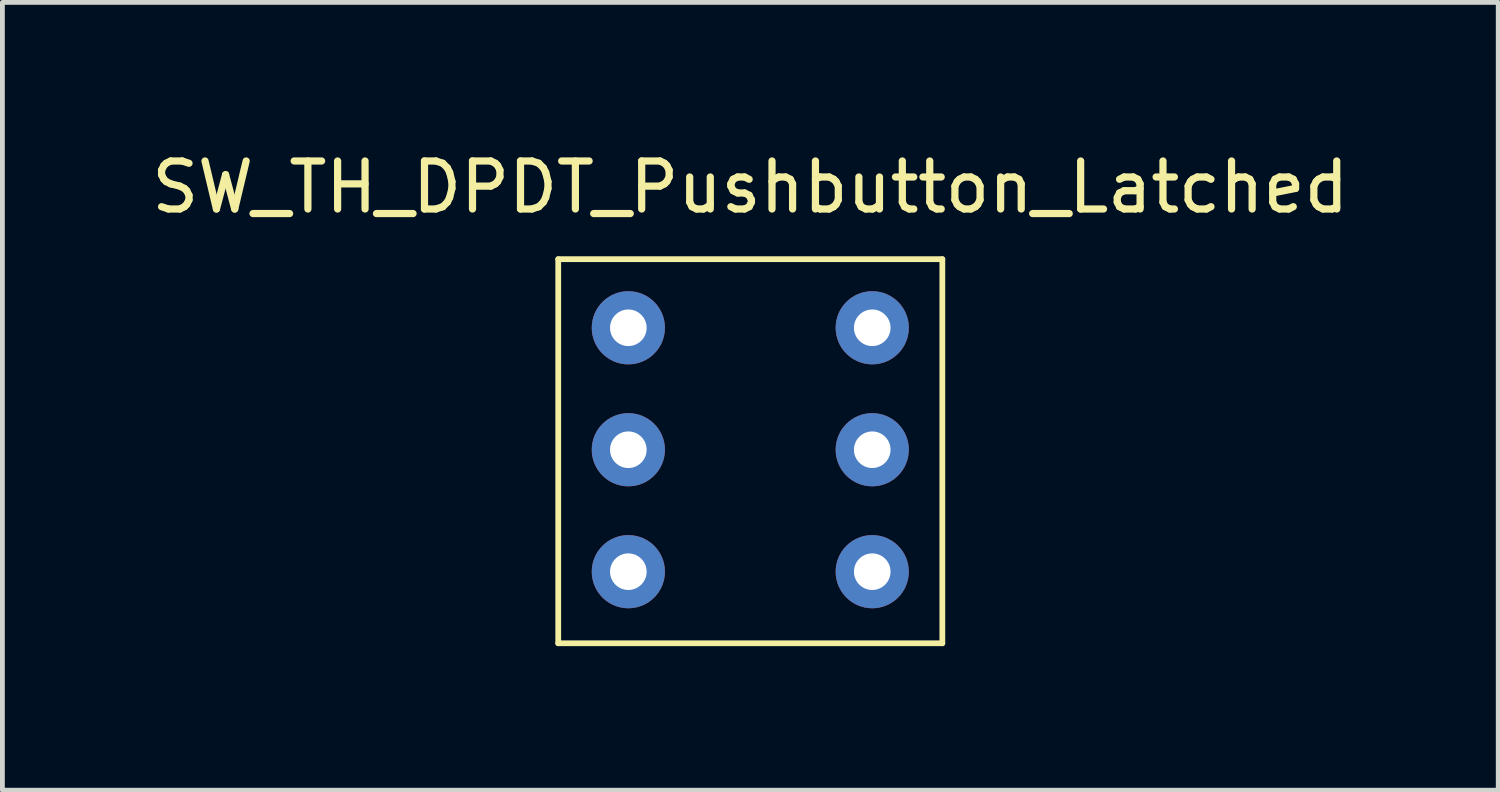
<source format=kicad_pcb>
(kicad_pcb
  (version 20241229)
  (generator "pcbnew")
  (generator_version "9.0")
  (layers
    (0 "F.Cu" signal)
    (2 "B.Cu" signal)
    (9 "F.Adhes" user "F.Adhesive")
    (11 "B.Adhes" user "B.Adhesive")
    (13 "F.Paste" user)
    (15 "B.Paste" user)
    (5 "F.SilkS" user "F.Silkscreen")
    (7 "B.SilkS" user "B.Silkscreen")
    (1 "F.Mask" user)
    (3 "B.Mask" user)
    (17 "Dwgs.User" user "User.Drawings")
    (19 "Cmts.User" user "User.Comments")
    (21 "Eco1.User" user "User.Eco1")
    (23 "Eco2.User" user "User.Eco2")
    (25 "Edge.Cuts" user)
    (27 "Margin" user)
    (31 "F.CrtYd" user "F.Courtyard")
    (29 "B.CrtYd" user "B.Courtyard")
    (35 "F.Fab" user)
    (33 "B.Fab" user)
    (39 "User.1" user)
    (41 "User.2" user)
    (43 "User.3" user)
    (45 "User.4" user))
  (footprint "SW_TH_DPDT_Pushbutton_Latched"
    (layer "F.Cu")
    (at 12.577 0.348)
    (property "Reference" "SW_TH_DPDT_Pushbutton_Latched" (at 0 0.5 0) (layer "F.SilkS") (effects (font (size 1 1) (thickness 0.15))))
    (attr through_hole)
    (fp_line (start -4 2) (end 4 2) (stroke (width 0.12) (type solid)) (layer "F.SilkS"))
    (fp_line (start -4 10) (end -4 2) (stroke (width 0.12) (type solid)) (layer "F.SilkS"))
    (fp_line (start 4 2) (end 4 10) (stroke (width 0.12) (type solid)) (layer "F.SilkS"))
    (fp_line (start 4 10) (end -4 10) (stroke (width 0.12) (type solid)) (layer "F.SilkS"))
    (pad "1" thru_hole circle (at -2.54 3.429) (size 1.524 1.524) (drill 0.762) (layers "*.Cu" "*.Mask"))
    (pad "2" thru_hole circle (at -2.54 8.509) (size 1.524 1.524) (drill 0.762) (layers "*.Cu" "*.Mask"))
    (pad "3" thru_hole circle (at -2.54 5.969) (size 1.524 1.524) (drill 0.762) (layers "*.Cu" "*.Mask"))
    (pad "4" thru_hole circle (at 2.54 8.509) (size 1.524 1.524) (drill 0.762) (layers "*.Cu" "*.Mask"))
    (pad "5" thru_hole circle (at 2.54 3.429) (size 1.524 1.524) (drill 0.762) (layers "*.Cu" "*.Mask"))
    (pad "6" thru_hole circle (at 2.54 5.969) (size 1.524 1.524) (drill 0.762) (layers "*.Cu" "*.Mask")))
  (gr_rect
    (start -3 -3)
    (end 28.155 13.408)
    (stroke (width 0.1) (type default))
    (fill no)
    (layer "Edge.Cuts")))
</source>
